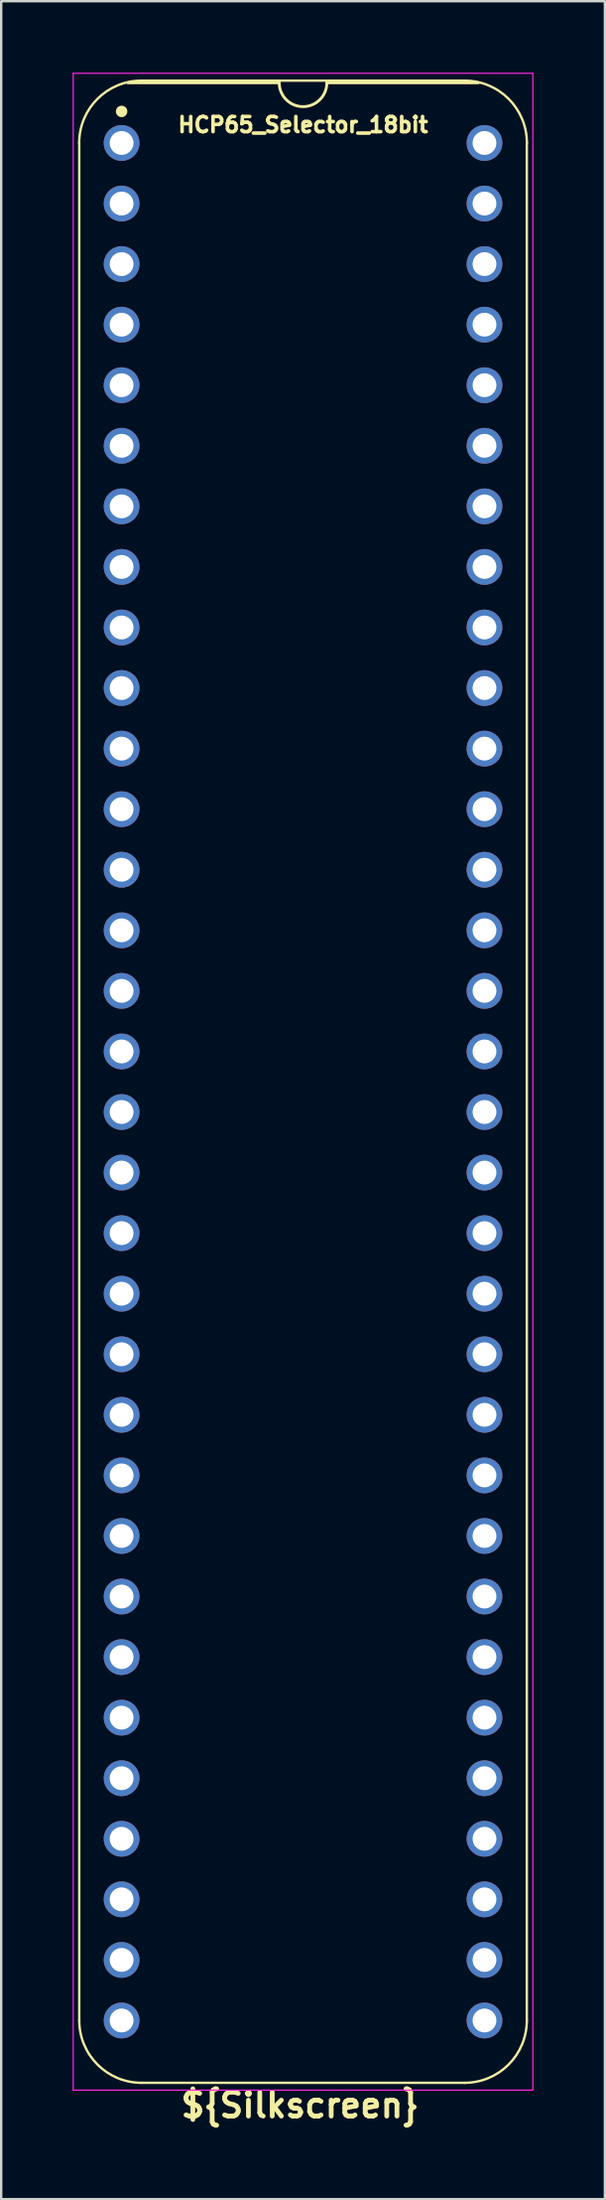
<source format=kicad_pcb>
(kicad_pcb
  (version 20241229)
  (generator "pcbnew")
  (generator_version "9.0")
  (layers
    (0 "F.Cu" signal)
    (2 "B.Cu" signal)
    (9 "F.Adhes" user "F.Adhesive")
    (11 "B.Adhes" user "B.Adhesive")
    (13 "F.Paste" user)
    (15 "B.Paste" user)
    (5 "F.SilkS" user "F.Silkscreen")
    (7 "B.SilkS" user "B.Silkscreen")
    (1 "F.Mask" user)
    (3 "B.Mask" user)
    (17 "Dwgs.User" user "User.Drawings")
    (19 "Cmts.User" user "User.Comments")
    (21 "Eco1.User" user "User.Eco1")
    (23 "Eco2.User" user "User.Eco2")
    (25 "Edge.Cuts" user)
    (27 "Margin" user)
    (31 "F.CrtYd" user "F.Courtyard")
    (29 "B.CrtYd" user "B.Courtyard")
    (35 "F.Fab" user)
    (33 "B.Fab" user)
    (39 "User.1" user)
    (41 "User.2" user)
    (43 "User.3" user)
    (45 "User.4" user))
  (footprint "HCP65_Selector_18bit"
    (layer "F.Cu")
    (at 2.057 2.946)
    (property "Reference" "HCP65_Selector_18bit" (at 7.62 -0.762 0) (layer "F.SilkS") (effects (font (size 0.635 0.635) (thickness 0.15))))
    (property "Silkscreen" "${Silkscreen}" (at 7.493 82.296 0) (layer "F.SilkS") (effects (font (size 1 1) (thickness 0.2))))
    (attr through_hole)
    (fp_line (start -1.778 78.74) (end -1.778 0) (stroke (width 0.1) (type solid)) (layer "F.SilkS"))
    (fp_line (start 0.832 -2.614) (end 14.408 -2.614) (stroke (width 0.1) (type solid)) (layer "F.SilkS"))
    (fp_line (start 6.62 -2.524) (end 0.254 -2.524) (stroke (width 0.12) (type solid)) (layer "F.SilkS"))
    (fp_line (start 14.404 81.354) (end 0.836 81.354) (stroke (width 0.1) (type solid)) (layer "F.SilkS"))
    (fp_line (start 14.986 -2.524) (end 8.62 -2.524) (stroke (width 0.12) (type solid)) (layer "F.SilkS"))
    (fp_line (start 17.018 78.74) (end 17.018 0) (stroke (width 0.1) (type solid)) (layer "F.SilkS"))
    (fp_arc (start -1.781544 0) (mid -1.016 -1.848188) (end 0.832188 -2.613732) (stroke (width 0.1) (type solid)) (layer "F.SilkS"))
    (fp_arc (start 0.835733 81.353733) (mid -1.012456 80.588189) (end -1.778 78.74) (stroke (width 0.1) (type solid)) (layer "F.SilkS"))
    (fp_arc (start 8.62 -2.524) (mid 7.62 -1.524) (end 6.62 -2.524) (stroke (width 0.12) (type solid)) (layer "F.SilkS"))
    (fp_arc (start 14.407812 -2.613732) (mid 16.256 -1.848188) (end 17.021544 0) (stroke (width 0.1) (type solid)) (layer "F.SilkS"))
    (fp_arc (start 17.018001 78.740001) (mid 16.252456 80.588188) (end 14.404269 81.353733) (stroke (width 0.1) (type solid)) (layer "F.SilkS"))
    (fp_circle (center 0 -1.323) (end 0.18 -1.323) (stroke (width 0.12) (type solid)) (fill yes) (layer "F.SilkS"))
    (fp_line (start -2.032 -2.921) (end -2.032 81.661) (stroke (width 0.05) (type solid)) (layer "F.CrtYd"))
    (fp_line (start -2.032 -2.921) (end 17.272 -2.921) (stroke (width 0.05) (type solid)) (layer "F.CrtYd"))
    (fp_line (start -2.032 81.661) (end 17.272 81.661) (stroke (width 0.05) (type solid)) (layer "F.CrtYd"))
    (fp_line (start 17.272 -2.921) (end 17.272 81.661) (stroke (width 0.05) (type solid)) (layer "F.CrtYd"))
    (pad "1" thru_hole circle (at 0 0) (size 1.5 1.5) (drill 1) (layers "*.Cu" "*.Mask"))
    (pad "2" thru_hole circle (at 0 2.54) (size 1.5 1.5) (drill 1) (layers "*.Cu" "*.Mask"))
    (pad "3" thru_hole circle (at 0 5.08) (size 1.5 1.5) (drill 1) (layers "*.Cu" "*.Mask"))
    (pad "4" thru_hole circle (at 0 7.62) (size 1.5 1.5) (drill 1) (layers "*.Cu" "*.Mask"))
    (pad "5" thru_hole circle (at 0 10.16) (size 1.5 1.5) (drill 1) (layers "*.Cu" "*.Mask"))
    (pad "6" thru_hole circle (at 0 12.7) (size 1.5 1.5) (drill 1) (layers "*.Cu" "*.Mask"))
    (pad "7" thru_hole circle (at 0 15.24) (size 1.5 1.5) (drill 1) (layers "*.Cu" "*.Mask"))
    (pad "8" thru_hole circle (at 0 17.78) (size 1.5 1.5) (drill 1) (layers "*.Cu" "*.Mask"))
    (pad "9" thru_hole circle (at 0 20.32) (size 1.5 1.5) (drill 1) (layers "*.Cu" "*.Mask"))
    (pad "10" thru_hole circle (at 0 22.86) (size 1.5 1.5) (drill 1) (layers "*.Cu" "*.Mask"))
    (pad "11" thru_hole circle (at 0 25.4) (size 1.5 1.5) (drill 1) (layers "*.Cu" "*.Mask"))
    (pad "12" thru_hole circle (at 0 27.94) (size 1.5 1.5) (drill 1) (layers "*.Cu" "*.Mask"))
    (pad "13" thru_hole circle (at 0 30.48) (size 1.5 1.5) (drill 1) (layers "*.Cu" "*.Mask"))
    (pad "14" thru_hole circle (at 0 33.02) (size 1.5 1.5) (drill 1) (layers "*.Cu" "*.Mask"))
    (pad "15" thru_hole circle (at 0 35.56) (size 1.5 1.5) (drill 1) (layers "*.Cu" "*.Mask"))
    (pad "16" thru_hole circle (at 0 38.1) (size 1.5 1.5) (drill 1) (layers "*.Cu" "*.Mask"))
    (pad "17" thru_hole circle (at 0 40.64) (size 1.5 1.5) (drill 1) (layers "*.Cu" "*.Mask"))
    (pad "18" thru_hole circle (at 0 43.18) (size 1.5 1.5) (drill 1) (layers "*.Cu" "*.Mask"))
    (pad "19" thru_hole circle (at 0 45.72) (size 1.5 1.5) (drill 1) (layers "*.Cu" "*.Mask"))
    (pad "20" thru_hole circle (at 0 48.26) (size 1.5 1.5) (drill 1) (layers "*.Cu" "*.Mask"))
    (pad "21" thru_hole circle (at 0 50.8) (size 1.5 1.5) (drill 1) (layers "*.Cu" "*.Mask"))
    (pad "22" thru_hole circle (at 0 53.34) (size 1.5 1.5) (drill 1) (layers "*.Cu" "*.Mask"))
    (pad "23" thru_hole circle (at 0 55.88) (size 1.5 1.5) (drill 1) (layers "*.Cu" "*.Mask"))
    (pad "24" thru_hole circle (at 0 58.42) (size 1.5 1.5) (drill 1) (layers "*.Cu" "*.Mask"))
    (pad "25" thru_hole circle (at 0 60.96) (size 1.5 1.5) (drill 1) (layers "*.Cu" "*.Mask"))
    (pad "26" thru_hole circle (at 0 63.5) (size 1.5 1.5) (drill 1) (layers "*.Cu" "*.Mask"))
    (pad "27" thru_hole circle (at 0 66.04) (size 1.5 1.5) (drill 1) (layers "*.Cu" "*.Mask"))
    (pad "28" thru_hole circle (at 0 68.58) (size 1.5 1.5) (drill 1) (layers "*.Cu" "*.Mask"))
    (pad "29" thru_hole circle (at 0 71.12) (size 1.5 1.5) (drill 1) (layers "*.Cu" "*.Mask"))
    (pad "30" thru_hole circle (at 0 73.66) (size 1.5 1.5) (drill 1) (layers "*.Cu" "*.Mask"))
    (pad "31" thru_hole circle (at 0 76.2) (size 1.5 1.5) (drill 1) (layers "*.Cu" "*.Mask"))
    (pad "32" thru_hole circle (at 0 78.74) (size 1.5 1.5) (drill 1) (layers "*.Cu" "*.Mask"))
    (pad "33" thru_hole circle (at 15.24 78.74) (size 1.5 1.5) (drill 1) (layers "*.Cu" "*.Mask"))
    (pad "34" thru_hole circle (at 15.24 76.2) (size 1.5 1.5) (drill 1) (layers "*.Cu" "*.Mask"))
    (pad "35" thru_hole circle (at 15.24 73.66) (size 1.5 1.5) (drill 1) (layers "*.Cu" "*.Mask"))
    (pad "36" thru_hole circle (at 15.24 71.12) (size 1.5 1.5) (drill 1) (layers "*.Cu" "*.Mask"))
    (pad "37" thru_hole circle (at 15.24 68.58) (size 1.5 1.5) (drill 1) (layers "*.Cu" "*.Mask"))
    (pad "38" thru_hole circle (at 15.24 66.04) (size 1.5 1.5) (drill 1) (layers "*.Cu" "*.Mask"))
    (pad "39" thru_hole circle (at 15.24 63.5) (size 1.5 1.5) (drill 1) (layers "*.Cu" "*.Mask"))
    (pad "40" thru_hole circle (at 15.24 60.96) (size 1.5 1.5) (drill 1) (layers "*.Cu" "*.Mask"))
    (pad "41" thru_hole circle (at 15.24 58.42) (size 1.5 1.5) (drill 1) (layers "*.Cu" "*.Mask"))
    (pad "42" thru_hole circle (at 15.24 55.88) (size 1.5 1.5) (drill 1) (layers "*.Cu" "*.Mask"))
    (pad "43" thru_hole circle (at 15.24 53.34) (size 1.5 1.5) (drill 1) (layers "*.Cu" "*.Mask"))
    (pad "44" thru_hole circle (at 15.24 50.8) (size 1.5 1.5) (drill 1) (layers "*.Cu" "*.Mask"))
    (pad "45" thru_hole circle (at 15.24 48.26) (size 1.5 1.5) (drill 1) (layers "*.Cu" "*.Mask"))
    (pad "46" thru_hole circle (at 15.24 45.72) (size 1.5 1.5) (drill 1) (layers "*.Cu" "*.Mask"))
    (pad "47" thru_hole circle (at 15.24 43.18) (size 1.5 1.5) (drill 1) (layers "*.Cu" "*.Mask"))
    (pad "48" thru_hole circle (at 15.24 40.64) (size 1.5 1.5) (drill 1) (layers "*.Cu" "*.Mask"))
    (pad "49" thru_hole circle (at 15.24 38.1) (size 1.5 1.5) (drill 1) (layers "*.Cu" "*.Mask"))
    (pad "50" thru_hole circle (at 15.24 35.56) (size 1.5 1.5) (drill 1) (layers "*.Cu" "*.Mask"))
    (pad "51" thru_hole circle (at 15.24 33.02) (size 1.5 1.5) (drill 1) (layers "*.Cu" "*.Mask"))
    (pad "52" thru_hole circle (at 15.24 30.48) (size 1.5 1.5) (drill 1) (layers "*.Cu" "*.Mask"))
    (pad "53" thru_hole circle (at 15.24 27.94) (size 1.5 1.5) (drill 1) (layers "*.Cu" "*.Mask"))
    (pad "54" thru_hole circle (at 15.24 25.4) (size 1.5 1.5) (drill 1) (layers "*.Cu" "*.Mask"))
    (pad "55" thru_hole circle (at 15.24 22.86) (size 1.5 1.5) (drill 1) (layers "*.Cu" "*.Mask"))
    (pad "56" thru_hole circle (at 15.24 20.32) (size 1.5 1.5) (drill 1) (layers "*.Cu" "*.Mask"))
    (pad "57" thru_hole circle (at 15.24 17.78) (size 1.5 1.5) (drill 1) (layers "*.Cu" "*.Mask"))
    (pad "58" thru_hole circle (at 15.24 15.24) (size 1.5 1.5) (drill 1) (layers "*.Cu" "*.Mask"))
    (pad "59" thru_hole circle (at 15.24 12.7) (size 1.5 1.5) (drill 1) (layers "*.Cu" "*.Mask"))
    (pad "60" thru_hole circle (at 15.24 10.16) (size 1.5 1.5) (drill 1) (layers "*.Cu" "*.Mask"))
    (pad "61" thru_hole circle (at 15.24 7.62) (size 1.5 1.5) (drill 1) (layers "*.Cu" "*.Mask"))
    (pad "62" thru_hole circle (at 15.24 5.08) (size 1.5 1.5) (drill 1) (layers "*.Cu" "*.Mask"))
    (pad "63" thru_hole circle (at 15.24 2.54) (size 1.5 1.5) (drill 1) (layers "*.Cu" "*.Mask"))
    (pad "64" thru_hole circle (at 15.24 0) (size 1.5 1.5) (drill 1) (layers "*.Cu" "*.Mask")))
  (gr_rect
    (start -3 -3)
    (end 22.354 89.178)
    (stroke (width 0.1) (type default))
    (fill no)
    (layer "Edge.Cuts")))
</source>
